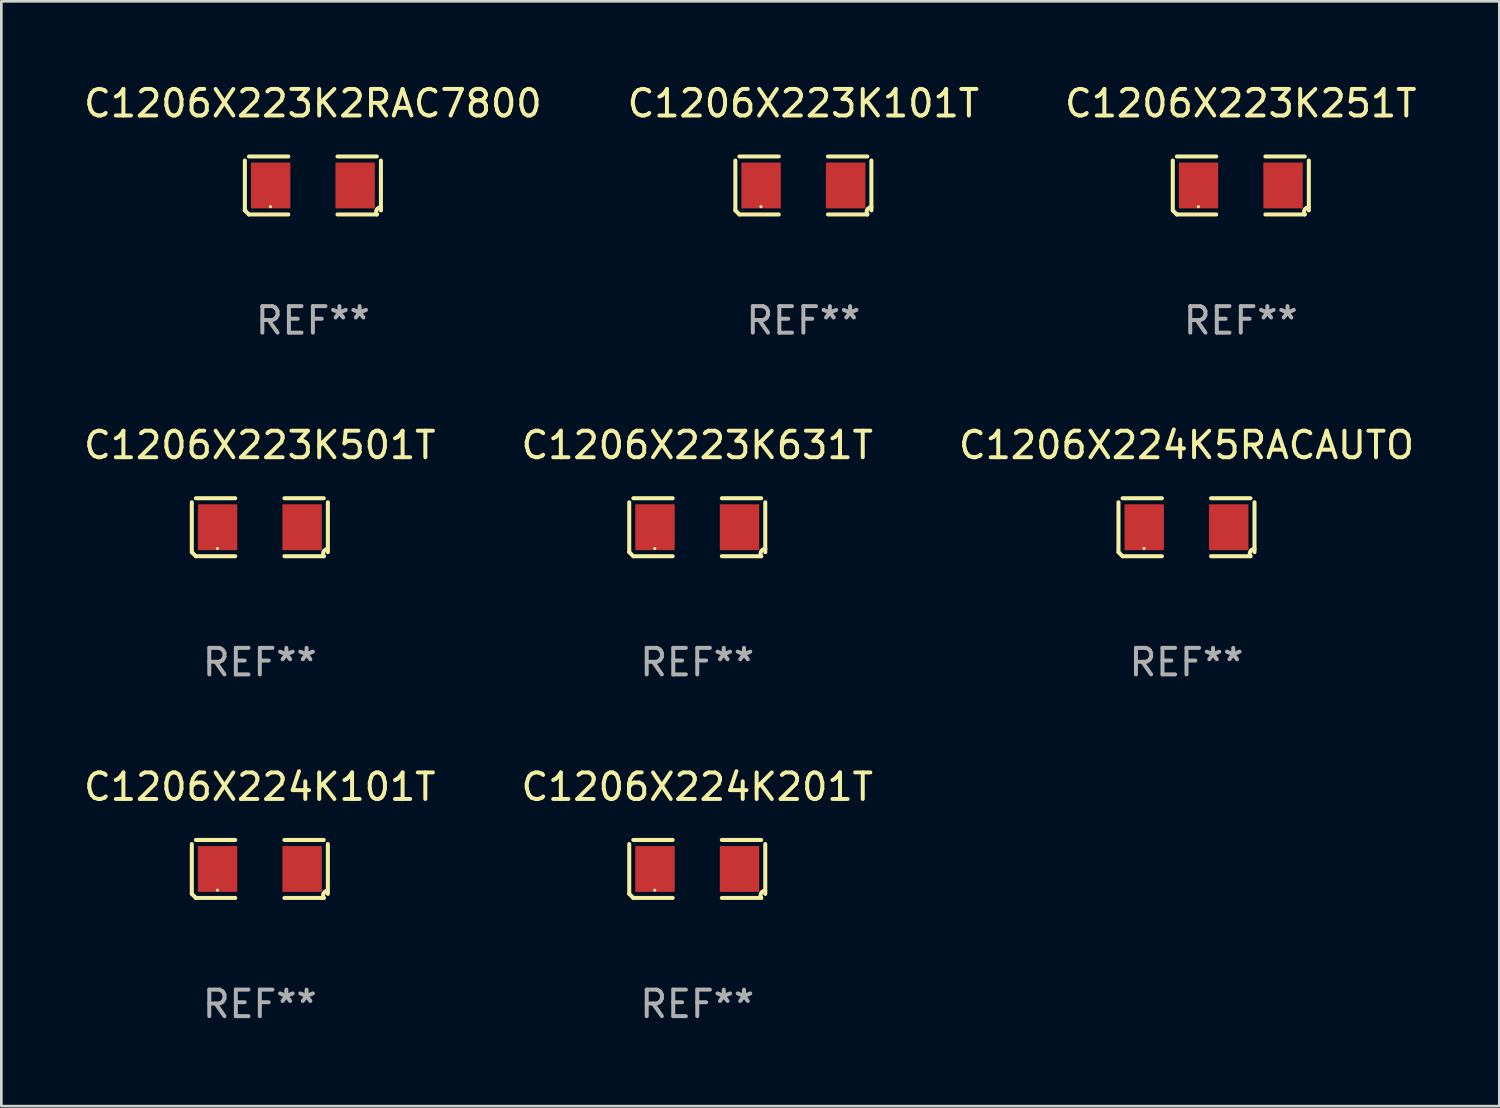
<source format=kicad_pcb>
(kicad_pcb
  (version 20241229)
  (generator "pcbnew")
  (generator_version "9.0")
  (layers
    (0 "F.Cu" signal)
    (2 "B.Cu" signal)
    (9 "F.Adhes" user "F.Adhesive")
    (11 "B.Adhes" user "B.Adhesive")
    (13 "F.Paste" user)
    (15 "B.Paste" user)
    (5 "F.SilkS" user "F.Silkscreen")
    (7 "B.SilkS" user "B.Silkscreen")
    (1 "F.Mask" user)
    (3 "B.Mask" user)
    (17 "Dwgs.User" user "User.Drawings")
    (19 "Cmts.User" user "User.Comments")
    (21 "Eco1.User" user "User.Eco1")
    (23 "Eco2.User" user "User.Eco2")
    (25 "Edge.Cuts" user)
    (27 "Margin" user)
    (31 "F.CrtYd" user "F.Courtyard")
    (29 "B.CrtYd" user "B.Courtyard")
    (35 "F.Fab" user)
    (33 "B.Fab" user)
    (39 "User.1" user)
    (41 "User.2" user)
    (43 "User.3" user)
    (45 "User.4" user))
  (footprint "C1206X223K251T"
    (layer "F.Cu")
    (at 43.72 3.941)
    (property "Reference" "C1206X223K251T" (at 0 -3.093 0) (layer "F.SilkS") (effects (font (size 1 1) (thickness 0.15))))
    (attr through_hole)
    (fp_line (start -2.564 0.94) (end -2.564 -0.94) (stroke (width 0.152) (type solid)) (layer "F.SilkS"))
    (fp_line (start -2.411 -1.093) (end -0.926 -1.093) (stroke (width 0.152) (type solid)) (layer "F.SilkS"))
    (fp_line (start -0.926 1.093) (end -2.411 1.093) (stroke (width 0.152) (type solid)) (layer "F.SilkS"))
    (fp_line (start 0.926 1.093) (end 2.411 1.093) (stroke (width 0.152) (type solid)) (layer "F.SilkS"))
    (fp_line (start 2.411 -1.093) (end 0.926 -1.093) (stroke (width 0.152) (type solid)) (layer "F.SilkS"))
    (fp_line (start 2.564 0.94) (end 2.564 -0.94) (stroke (width 0.152) (type solid)) (layer "F.SilkS"))
    (fp_arc (start -2.411201 1.092609) (mid -2.487413 1.01642) (end -2.563602 0.940208) (stroke (width 0.1524) (type solid)) (layer "F.SilkS"))
    (fp_arc (start 2.411201 1.092609) (mid 2.407159 0.911226) (end 2.563602 0.819347) (stroke (width 0.1524) (type solid)) (layer "F.SilkS"))
    (fp_circle (center -1.6 0.8) (end -1.57 0.8) (stroke (width 0.06) (type solid)) (fill no) (layer "F.SilkS"))
    (fp_text user "REF**" (at 0 5.093 0) (layer "F.Fab") (effects (font (size 1 1) (thickness 0.15))))
    (pad "1" smd rect (at -1.593 0) (size 1.485 1.728) (layers "F.Cu" "F.Mask" "F.Paste"))
    (pad "2" smd rect (at 1.593 0) (size 1.485 1.728) (layers "F.Cu" "F.Mask" "F.Paste")))
  (footprint "C1206X224K5RACAUTO"
    (layer "F.Cu")
    (at 41.673 16.823)
    (property "Reference" "C1206X224K5RACAUTO" (at 0 -3.093 0) (layer "F.SilkS") (effects (font (size 1 1) (thickness 0.15))))
    (attr through_hole)
    (fp_line (start -2.564 0.94) (end -2.564 -0.94) (stroke (width 0.152) (type solid)) (layer "F.SilkS"))
    (fp_line (start -2.411 -1.093) (end -0.926 -1.093) (stroke (width 0.152) (type solid)) (layer "F.SilkS"))
    (fp_line (start -0.926 1.093) (end -2.411 1.093) (stroke (width 0.152) (type solid)) (layer "F.SilkS"))
    (fp_line (start 0.926 1.093) (end 2.411 1.093) (stroke (width 0.152) (type solid)) (layer "F.SilkS"))
    (fp_line (start 2.411 -1.093) (end 0.926 -1.093) (stroke (width 0.152) (type solid)) (layer "F.SilkS"))
    (fp_line (start 2.564 0.94) (end 2.564 -0.94) (stroke (width 0.152) (type solid)) (layer "F.SilkS"))
    (fp_arc (start -2.411201 1.092609) (mid -2.487413 1.01642) (end -2.563602 0.940208) (stroke (width 0.1524) (type solid)) (layer "F.SilkS"))
    (fp_arc (start 2.411201 1.092609) (mid 2.407159 0.911226) (end 2.563602 0.819347) (stroke (width 0.1524) (type solid)) (layer "F.SilkS"))
    (fp_circle (center -1.6 0.8) (end -1.57 0.8) (stroke (width 0.06) (type solid)) (fill no) (layer "F.SilkS"))
    (fp_text user "REF**" (at 0 5.093 0) (layer "F.Fab") (effects (font (size 1 1) (thickness 0.15))))
    (pad "1" smd rect (at -1.593 0) (size 1.485 1.728) (layers "F.Cu" "F.Mask" "F.Paste"))
    (pad "2" smd rect (at 1.593 0) (size 1.485 1.728) (layers "F.Cu" "F.Mask" "F.Paste")))
  (footprint "C1206X223K2RAC7800"
    (layer "F.Cu")
    (at 8.744 3.941)
    (property "Reference" "C1206X223K2RAC7800" (at 0 -3.093 0) (layer "F.SilkS") (effects (font (size 1 1) (thickness 0.15))))
    (attr through_hole)
    (fp_line (start -2.564 0.94) (end -2.564 -0.94) (stroke (width 0.152) (type solid)) (layer "F.SilkS"))
    (fp_line (start -2.411 -1.093) (end -0.926 -1.093) (stroke (width 0.152) (type solid)) (layer "F.SilkS"))
    (fp_line (start -0.926 1.093) (end -2.411 1.093) (stroke (width 0.152) (type solid)) (layer "F.SilkS"))
    (fp_line (start 0.926 1.093) (end 2.411 1.093) (stroke (width 0.152) (type solid)) (layer "F.SilkS"))
    (fp_line (start 2.411 -1.093) (end 0.926 -1.093) (stroke (width 0.152) (type solid)) (layer "F.SilkS"))
    (fp_line (start 2.564 0.94) (end 2.564 -0.94) (stroke (width 0.152) (type solid)) (layer "F.SilkS"))
    (fp_arc (start -2.411201 1.092609) (mid -2.487413 1.01642) (end -2.563602 0.940208) (stroke (width 0.1524) (type solid)) (layer "F.SilkS"))
    (fp_arc (start 2.411201 1.092609) (mid 2.407159 0.911226) (end 2.563602 0.819347) (stroke (width 0.1524) (type solid)) (layer "F.SilkS"))
    (fp_circle (center -1.6 0.8) (end -1.57 0.8) (stroke (width 0.06) (type solid)) (fill no) (layer "F.SilkS"))
    (fp_text user "REF**" (at 0 5.093 0) (layer "F.Fab") (effects (font (size 1 1) (thickness 0.15))))
    (pad "1" smd rect (at -1.593 0) (size 1.485 1.728) (layers "F.Cu" "F.Mask" "F.Paste"))
    (pad "2" smd rect (at 1.593 0) (size 1.485 1.728) (layers "F.Cu" "F.Mask" "F.Paste")))
  (footprint "C1206X224K101T"
    (layer "F.Cu")
    (at 6.744 29.704)
    (property "Reference" "C1206X224K101T" (at 0 -3.093 0) (layer "F.SilkS") (effects (font (size 1 1) (thickness 0.15))))
    (attr through_hole)
    (fp_line (start -2.564 0.94) (end -2.564 -0.94) (stroke (width 0.152) (type solid)) (layer "F.SilkS"))
    (fp_line (start -2.411 -1.093) (end -0.926 -1.093) (stroke (width 0.152) (type solid)) (layer "F.SilkS"))
    (fp_line (start -0.926 1.093) (end -2.411 1.093) (stroke (width 0.152) (type solid)) (layer "F.SilkS"))
    (fp_line (start 0.926 1.093) (end 2.411 1.093) (stroke (width 0.152) (type solid)) (layer "F.SilkS"))
    (fp_line (start 2.411 -1.093) (end 0.926 -1.093) (stroke (width 0.152) (type solid)) (layer "F.SilkS"))
    (fp_line (start 2.564 0.94) (end 2.564 -0.94) (stroke (width 0.152) (type solid)) (layer "F.SilkS"))
    (fp_arc (start -2.411201 1.092609) (mid -2.487413 1.01642) (end -2.563602 0.940208) (stroke (width 0.1524) (type solid)) (layer "F.SilkS"))
    (fp_arc (start 2.411201 1.092609) (mid 2.407159 0.911226) (end 2.563602 0.819347) (stroke (width 0.1524) (type solid)) (layer "F.SilkS"))
    (fp_circle (center -1.6 0.8) (end -1.57 0.8) (stroke (width 0.06) (type solid)) (fill no) (layer "F.SilkS"))
    (fp_text user "REF**" (at 0 5.093 0) (layer "F.Fab") (effects (font (size 1 1) (thickness 0.15))))
    (pad "1" smd rect (at -1.593 0) (size 1.485 1.728) (layers "F.Cu" "F.Mask" "F.Paste"))
    (pad "2" smd rect (at 1.593 0) (size 1.485 1.728) (layers "F.Cu" "F.Mask" "F.Paste")))
  (footprint "C1206X223K501T"
    (layer "F.Cu")
    (at 6.744 16.823)
    (property "Reference" "C1206X223K501T" (at 0 -3.093 0) (layer "F.SilkS") (effects (font (size 1 1) (thickness 0.15))))
    (attr through_hole)
    (fp_line (start -2.564 0.94) (end -2.564 -0.94) (stroke (width 0.152) (type solid)) (layer "F.SilkS"))
    (fp_line (start -2.411 -1.093) (end -0.926 -1.093) (stroke (width 0.152) (type solid)) (layer "F.SilkS"))
    (fp_line (start -0.926 1.093) (end -2.411 1.093) (stroke (width 0.152) (type solid)) (layer "F.SilkS"))
    (fp_line (start 0.926 1.093) (end 2.411 1.093) (stroke (width 0.152) (type solid)) (layer "F.SilkS"))
    (fp_line (start 2.411 -1.093) (end 0.926 -1.093) (stroke (width 0.152) (type solid)) (layer "F.SilkS"))
    (fp_line (start 2.564 0.94) (end 2.564 -0.94) (stroke (width 0.152) (type solid)) (layer "F.SilkS"))
    (fp_arc (start -2.411201 1.092609) (mid -2.487413 1.01642) (end -2.563602 0.940208) (stroke (width 0.1524) (type solid)) (layer "F.SilkS"))
    (fp_arc (start 2.411201 1.092609) (mid 2.407159 0.911226) (end 2.563602 0.819347) (stroke (width 0.1524) (type solid)) (layer "F.SilkS"))
    (fp_circle (center -1.6 0.8) (end -1.57 0.8) (stroke (width 0.06) (type solid)) (fill no) (layer "F.SilkS"))
    (fp_text user "REF**" (at 0 5.093 0) (layer "F.Fab") (effects (font (size 1 1) (thickness 0.15))))
    (pad "1" smd rect (at -1.593 0) (size 1.485 1.728) (layers "F.Cu" "F.Mask" "F.Paste"))
    (pad "2" smd rect (at 1.593 0) (size 1.485 1.728) (layers "F.Cu" "F.Mask" "F.Paste")))
  (footprint "C1206X223K101T"
    (layer "F.Cu")
    (at 27.232 3.941)
    (property "Reference" "C1206X223K101T" (at 0 -3.093 0) (layer "F.SilkS") (effects (font (size 1 1) (thickness 0.15))))
    (attr through_hole)
    (fp_line (start -2.564 0.94) (end -2.564 -0.94) (stroke (width 0.152) (type solid)) (layer "F.SilkS"))
    (fp_line (start -2.411 -1.093) (end -0.926 -1.093) (stroke (width 0.152) (type solid)) (layer "F.SilkS"))
    (fp_line (start -0.926 1.093) (end -2.411 1.093) (stroke (width 0.152) (type solid)) (layer "F.SilkS"))
    (fp_line (start 0.926 1.093) (end 2.411 1.093) (stroke (width 0.152) (type solid)) (layer "F.SilkS"))
    (fp_line (start 2.411 -1.093) (end 0.926 -1.093) (stroke (width 0.152) (type solid)) (layer "F.SilkS"))
    (fp_line (start 2.564 0.94) (end 2.564 -0.94) (stroke (width 0.152) (type solid)) (layer "F.SilkS"))
    (fp_arc (start -2.411201 1.092609) (mid -2.487413 1.01642) (end -2.563602 0.940208) (stroke (width 0.1524) (type solid)) (layer "F.SilkS"))
    (fp_arc (start 2.411201 1.092609) (mid 2.407159 0.911226) (end 2.563602 0.819347) (stroke (width 0.1524) (type solid)) (layer "F.SilkS"))
    (fp_circle (center -1.6 0.8) (end -1.57 0.8) (stroke (width 0.06) (type solid)) (fill no) (layer "F.SilkS"))
    (fp_text user "REF**" (at 0 5.093 0) (layer "F.Fab") (effects (font (size 1 1) (thickness 0.15))))
    (pad "1" smd rect (at -1.593 0) (size 1.485 1.728) (layers "F.Cu" "F.Mask" "F.Paste"))
    (pad "2" smd rect (at 1.593 0) (size 1.485 1.728) (layers "F.Cu" "F.Mask" "F.Paste")))
  (footprint "C1206X223K631T"
    (layer "F.Cu")
    (at 23.232 16.823)
    (property "Reference" "C1206X223K631T" (at 0 -3.093 0) (layer "F.SilkS") (effects (font (size 1 1) (thickness 0.15))))
    (attr through_hole)
    (fp_line (start -2.564 0.94) (end -2.564 -0.94) (stroke (width 0.152) (type solid)) (layer "F.SilkS"))
    (fp_line (start -2.411 -1.093) (end -0.926 -1.093) (stroke (width 0.152) (type solid)) (layer "F.SilkS"))
    (fp_line (start -0.926 1.093) (end -2.411 1.093) (stroke (width 0.152) (type solid)) (layer "F.SilkS"))
    (fp_line (start 0.926 1.093) (end 2.411 1.093) (stroke (width 0.152) (type solid)) (layer "F.SilkS"))
    (fp_line (start 2.411 -1.093) (end 0.926 -1.093) (stroke (width 0.152) (type solid)) (layer "F.SilkS"))
    (fp_line (start 2.564 0.94) (end 2.564 -0.94) (stroke (width 0.152) (type solid)) (layer "F.SilkS"))
    (fp_arc (start -2.411201 1.092609) (mid -2.487413 1.01642) (end -2.563602 0.940208) (stroke (width 0.1524) (type solid)) (layer "F.SilkS"))
    (fp_arc (start 2.411201 1.092609) (mid 2.407159 0.911226) (end 2.563602 0.819347) (stroke (width 0.1524) (type solid)) (layer "F.SilkS"))
    (fp_circle (center -1.6 0.8) (end -1.57 0.8) (stroke (width 0.06) (type solid)) (fill no) (layer "F.SilkS"))
    (fp_text user "REF**" (at 0 5.093 0) (layer "F.Fab") (effects (font (size 1 1) (thickness 0.15))))
    (pad "1" smd rect (at -1.593 0) (size 1.485 1.728) (layers "F.Cu" "F.Mask" "F.Paste"))
    (pad "2" smd rect (at 1.593 0) (size 1.485 1.728) (layers "F.Cu" "F.Mask" "F.Paste")))
  (footprint "C1206X224K201T"
    (layer "F.Cu")
    (at 23.232 29.704)
    (property "Reference" "C1206X224K201T" (at 0 -3.093 0) (layer "F.SilkS") (effects (font (size 1 1) (thickness 0.15))))
    (attr through_hole)
    (fp_line (start -2.564 0.94) (end -2.564 -0.94) (stroke (width 0.152) (type solid)) (layer "F.SilkS"))
    (fp_line (start -2.411 -1.093) (end -0.926 -1.093) (stroke (width 0.152) (type solid)) (layer "F.SilkS"))
    (fp_line (start -0.926 1.093) (end -2.411 1.093) (stroke (width 0.152) (type solid)) (layer "F.SilkS"))
    (fp_line (start 0.926 1.093) (end 2.411 1.093) (stroke (width 0.152) (type solid)) (layer "F.SilkS"))
    (fp_line (start 2.411 -1.093) (end 0.926 -1.093) (stroke (width 0.152) (type solid)) (layer "F.SilkS"))
    (fp_line (start 2.564 0.94) (end 2.564 -0.94) (stroke (width 0.152) (type solid)) (layer "F.SilkS"))
    (fp_arc (start -2.411201 1.092609) (mid -2.487413 1.01642) (end -2.563602 0.940208) (stroke (width 0.1524) (type solid)) (layer "F.SilkS"))
    (fp_arc (start 2.411201 1.092609) (mid 2.407159 0.911226) (end 2.563602 0.819347) (stroke (width 0.1524) (type solid)) (layer "F.SilkS"))
    (fp_circle (center -1.6 0.8) (end -1.57 0.8) (stroke (width 0.06) (type solid)) (fill no) (layer "F.SilkS"))
    (fp_text user "REF**" (at 0 5.093 0) (layer "F.Fab") (effects (font (size 1 1) (thickness 0.15))))
    (pad "1" smd rect (at -1.593 0) (size 1.485 1.728) (layers "F.Cu" "F.Mask" "F.Paste"))
    (pad "2" smd rect (at 1.593 0) (size 1.485 1.728) (layers "F.Cu" "F.Mask" "F.Paste")))
  (gr_rect
    (start -3 -3)
    (end 53.464 38.645)
    (stroke (width 0.1) (type default))
    (fill no)
    (layer "Edge.Cuts")))
</source>
